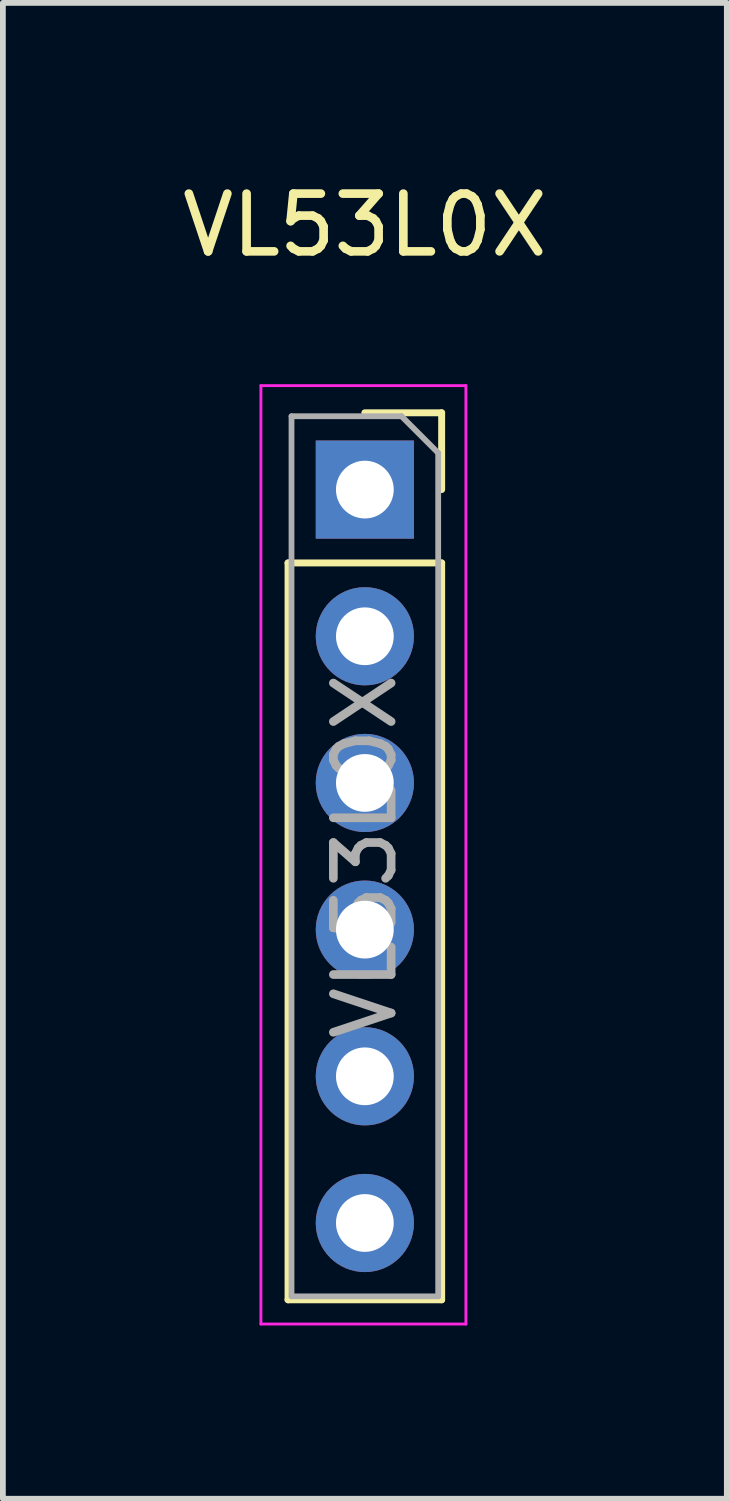
<source format=kicad_pcb>
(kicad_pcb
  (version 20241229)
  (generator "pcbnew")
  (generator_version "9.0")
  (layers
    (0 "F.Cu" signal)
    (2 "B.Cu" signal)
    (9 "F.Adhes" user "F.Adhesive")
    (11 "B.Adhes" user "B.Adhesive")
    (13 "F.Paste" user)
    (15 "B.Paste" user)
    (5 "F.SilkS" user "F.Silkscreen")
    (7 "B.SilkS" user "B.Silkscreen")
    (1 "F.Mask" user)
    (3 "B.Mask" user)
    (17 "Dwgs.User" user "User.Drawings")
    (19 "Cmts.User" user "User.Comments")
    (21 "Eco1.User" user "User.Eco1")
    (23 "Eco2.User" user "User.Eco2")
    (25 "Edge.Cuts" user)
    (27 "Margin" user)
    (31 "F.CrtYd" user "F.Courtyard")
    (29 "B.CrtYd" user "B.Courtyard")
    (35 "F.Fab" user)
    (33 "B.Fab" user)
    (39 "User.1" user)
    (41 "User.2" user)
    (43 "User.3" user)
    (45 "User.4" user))
  (footprint "VL53L0X"
    (layer "F.Cu")
    (at 3.268 0.348)
    (property "Reference" "VL53L0X" (at 0 0.5 0) (layer "F.SilkS") (effects (font (size 1 1) (thickness 0.15))))
    (attr through_hole)
    (fp_line (start -1.33 6.35) (end -1.33 19.11) (stroke (width 0.12) (type solid)) (layer "F.SilkS"))
    (fp_line (start -1.33 6.35) (end 1.33 6.35) (stroke (width 0.12) (type solid)) (layer "F.SilkS"))
    (fp_line (start -1.33 19.11) (end 1.33 19.11) (stroke (width 0.12) (type solid)) (layer "F.SilkS"))
    (fp_line (start 0 3.75) (end 1.33 3.75) (stroke (width 0.12) (type solid)) (layer "F.SilkS"))
    (fp_line (start 1.33 3.75) (end 1.33 5.08) (stroke (width 0.12) (type solid)) (layer "F.SilkS"))
    (fp_line (start 1.33 6.35) (end 1.33 19.11) (stroke (width 0.12) (type solid)) (layer "F.SilkS"))
    (fp_line (start -1.8 3.28) (end 1.75 3.28) (stroke (width 0.05) (type solid)) (layer "F.CrtYd"))
    (fp_line (start -1.8 19.53) (end -1.8 3.28) (stroke (width 0.05) (type solid)) (layer "F.CrtYd"))
    (fp_line (start 1.75 3.28) (end 1.75 19.53) (stroke (width 0.05) (type solid)) (layer "F.CrtYd"))
    (fp_line (start 1.75 19.53) (end -1.8 19.53) (stroke (width 0.05) (type solid)) (layer "F.CrtYd"))
    (fp_line (start -1.27 3.81) (end 0.635 3.81) (stroke (width 0.1) (type solid)) (layer "F.Fab"))
    (fp_line (start -1.27 19.05) (end -1.27 3.81) (stroke (width 0.1) (type solid)) (layer "F.Fab"))
    (fp_line (start 0.635 3.81) (end 1.27 4.445) (stroke (width 0.1) (type solid)) (layer "F.Fab"))
    (fp_line (start 1.27 4.445) (end 1.27 19.05) (stroke (width 0.1) (type solid)) (layer "F.Fab"))
    (fp_line (start 1.27 19.05) (end -1.27 19.05) (stroke (width 0.1) (type solid)) (layer "F.Fab"))
    (fp_text user "${REFERENCE}" (at 0 11.43 90) (layer "F.Fab") (effects (font (size 1 1) (thickness 0.15))))
    (pad "1" thru_hole rect (at 0 5.08) (size 1.7 1.7) (drill 1) (layers "*.Cu" "*.Mask"))
    (pad "2" thru_hole oval (at 0 7.62) (size 1.7 1.7) (drill 1) (layers "*.Cu" "*.Mask"))
    (pad "3" thru_hole oval (at 0 10.16) (size 1.7 1.7) (drill 1) (layers "*.Cu" "*.Mask"))
    (pad "4" thru_hole oval (at 0 12.7) (size 1.7 1.7) (drill 1) (layers "*.Cu" "*.Mask"))
    (pad "5" thru_hole oval (at 0 15.24) (size 1.7 1.7) (drill 1) (layers "*.Cu" "*.Mask"))
    (pad "6" thru_hole oval (at 0 17.78) (size 1.7 1.7) (drill 1) (layers "*.Cu" "*.Mask")))
  (gr_rect
    (start -3 -3)
    (end 9.536 22.903)
    (stroke (width 0.1) (type default))
    (fill no)
    (layer "Edge.Cuts")))
</source>
